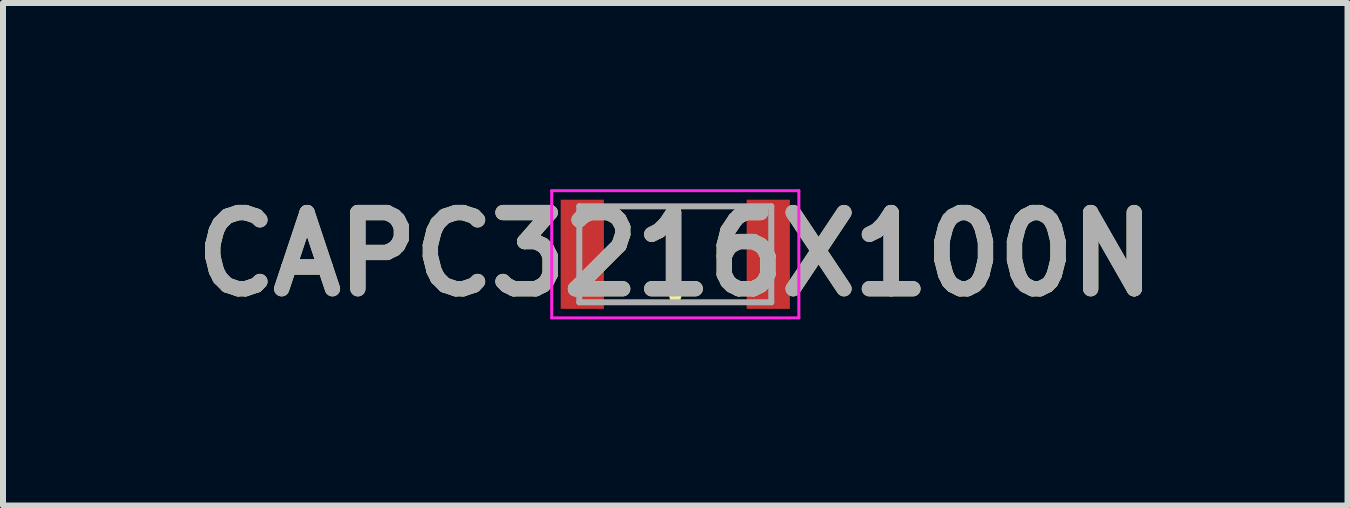
<source format=kicad_pcb>
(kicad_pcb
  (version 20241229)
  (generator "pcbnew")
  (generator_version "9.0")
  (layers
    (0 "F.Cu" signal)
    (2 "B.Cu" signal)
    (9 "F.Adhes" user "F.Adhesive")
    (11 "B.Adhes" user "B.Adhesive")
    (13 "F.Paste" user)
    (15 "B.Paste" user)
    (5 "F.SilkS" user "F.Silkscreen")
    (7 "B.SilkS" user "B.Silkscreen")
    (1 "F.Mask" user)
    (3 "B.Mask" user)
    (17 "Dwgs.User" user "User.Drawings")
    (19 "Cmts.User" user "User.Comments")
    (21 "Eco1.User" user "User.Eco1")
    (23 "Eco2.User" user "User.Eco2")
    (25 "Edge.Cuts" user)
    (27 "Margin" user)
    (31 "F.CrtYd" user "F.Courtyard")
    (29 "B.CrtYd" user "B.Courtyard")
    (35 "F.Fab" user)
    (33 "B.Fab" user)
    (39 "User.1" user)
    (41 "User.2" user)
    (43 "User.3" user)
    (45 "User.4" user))
  (footprint "CAPC3216X100N"
    (layer "F.Cu")
    (at 8.207 1.189)
    (property "Reference" "CAPC3216X100N" (at 0 0 0) (layer "F.SilkS") (effects (font (size 1.27 1.27) (thickness 0.254))))
    (attr smd)
    (fp_line (start 0 -0.7) (end 0 0.7) (stroke (width 0.2) (type solid)) (layer "F.SilkS"))
    (fp_line (start -2.06 -1.06) (end 2.06 -1.06) (stroke (width 0.05) (type solid)) (layer "F.CrtYd"))
    (fp_line (start -2.06 1.06) (end -2.06 -1.06) (stroke (width 0.05) (type solid)) (layer "F.CrtYd"))
    (fp_line (start 2.06 -1.06) (end 2.06 1.06) (stroke (width 0.05) (type solid)) (layer "F.CrtYd"))
    (fp_line (start 2.06 1.06) (end -2.06 1.06) (stroke (width 0.05) (type solid)) (layer "F.CrtYd"))
    (fp_line (start -1.6 -0.8) (end 1.6 -0.8) (stroke (width 0.1) (type solid)) (layer "F.Fab"))
    (fp_line (start -1.6 0.8) (end -1.6 -0.8) (stroke (width 0.1) (type solid)) (layer "F.Fab"))
    (fp_line (start 1.6 -0.8) (end 1.6 0.8) (stroke (width 0.1) (type solid)) (layer "F.Fab"))
    (fp_line (start 1.6 0.8) (end -1.6 0.8) (stroke (width 0.1) (type solid)) (layer "F.Fab"))
    (fp_text user "${REFERENCE}" (at 0 0 0) (layer "F.Fab") (effects (font (size 1.27 1.27) (thickness 0.254))))
    (pad "1" smd rect (at -1.55 0) (size 0.72 1.82) (layers "F.Cu" "F.Mask" "F.Paste"))
    (pad "2" smd rect (at 1.55 0) (size 0.72 1.82) (layers "F.Cu" "F.Mask" "F.Paste")))
  (gr_rect
    (start -3 -3)
    (end 19.413 5.377)
    (stroke (width 0.1) (type default))
    (fill no)
    (layer "Edge.Cuts")))
</source>
